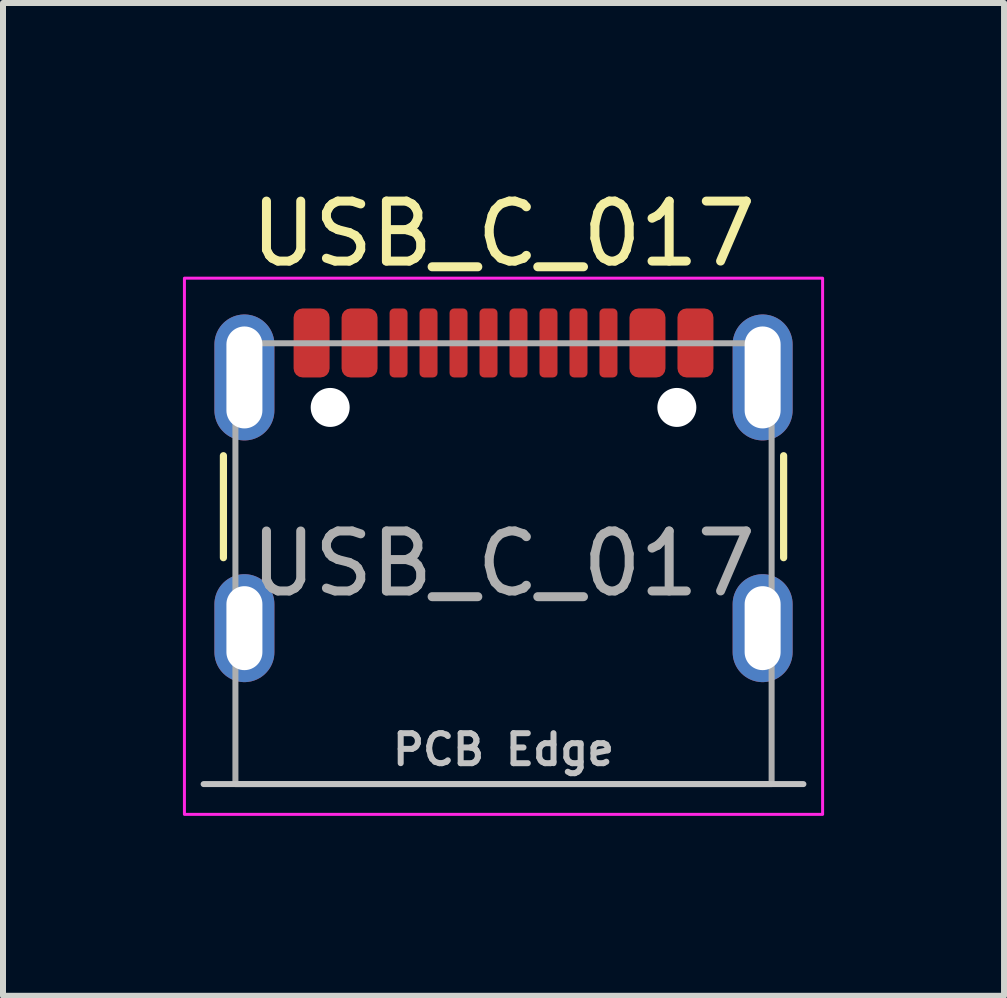
<source format=kicad_pcb>
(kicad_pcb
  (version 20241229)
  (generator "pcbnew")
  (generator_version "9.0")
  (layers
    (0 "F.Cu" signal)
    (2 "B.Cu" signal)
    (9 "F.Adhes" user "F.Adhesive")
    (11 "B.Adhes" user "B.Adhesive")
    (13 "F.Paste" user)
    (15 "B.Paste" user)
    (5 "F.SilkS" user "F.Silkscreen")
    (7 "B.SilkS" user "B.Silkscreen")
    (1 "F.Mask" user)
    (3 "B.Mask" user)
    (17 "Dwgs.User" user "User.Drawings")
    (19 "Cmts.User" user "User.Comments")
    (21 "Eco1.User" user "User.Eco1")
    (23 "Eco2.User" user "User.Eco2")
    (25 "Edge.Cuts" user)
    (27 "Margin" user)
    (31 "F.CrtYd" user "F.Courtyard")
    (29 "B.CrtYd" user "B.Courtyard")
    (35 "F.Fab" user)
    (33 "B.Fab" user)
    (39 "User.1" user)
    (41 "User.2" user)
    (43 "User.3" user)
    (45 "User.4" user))
  (footprint "USB_C_017"
    (layer "F.Cu")
    (at 5.345 6.348)
    (property "Reference" "USB_C_017" (at 0 -5.5 0) (unlocked yes) (layer "F.SilkS") (effects (font (size 1 1) (thickness 0.15))))
    (attr smd)
    (fp_line (start -4.67 -0.1) (end -4.67 -1.8) (stroke (width 0.12) (type solid)) (layer "F.SilkS"))
    (fp_line (start 4.67 -0.1) (end 4.67 -1.8) (stroke (width 0.12) (type solid)) (layer "F.SilkS"))
    (fp_line (start 5 3.675) (end -5 3.675) (stroke (width 0.1) (type solid)) (layer "Dwgs.User"))
    (fp_rect (start -5.32 -4.76) (end 5.32 4.18) (stroke (width 0.05) (type solid)) (fill no) (layer "F.CrtYd"))
    (fp_rect (start -4.47 -3.675) (end 4.47 3.675) (stroke (width 0.1) (type solid)) (fill no) (layer "F.Fab"))
    (fp_text user "PCB Edge" (at 0 3.1 0) (unlocked yes) (layer "Dwgs.User") (effects (font (size 0.5 0.5) (thickness 0.1))))
    (fp_text user "${REFERENCE}" (at 0 0 0) (unlocked yes) (layer "F.Fab") (effects (font (size 1 1) (thickness 0.15))))
    (pad "" np_thru_hole circle (at -2.89 -2.605) (size 0.65 0.65) (drill 0.65) (layers "*.Cu" "*.Mask"))
    (pad "" np_thru_hole circle (at 2.89 -2.605) (size 0.65 0.65) (drill 0.65) (layers "*.Cu" "*.Mask"))
    (pad "A1B12" smd roundrect (at -3.2 -3.68) (size 0.6 1.15) (layers "F.Cu" "F.Mask" "F.Paste") (roundrect_rratio 0.25))
    (pad "A4B9" smd roundrect (at -2.4 -3.68) (size 0.6 1.15) (layers "F.Cu" "F.Mask" "F.Paste") (roundrect_rratio 0.25))
    (pad "A5" smd roundrect (at -1.25 -3.68) (size 0.3 1.15) (layers "F.Cu" "F.Mask" "F.Paste") (roundrect_rratio 0.25))
    (pad "A6" smd roundrect (at -0.25 -3.68) (size 0.3 1.15) (layers "F.Cu" "F.Mask" "F.Paste") (roundrect_rratio 0.25))
    (pad "A7" smd roundrect (at 0.25 -3.68) (size 0.3 1.15) (layers "F.Cu" "F.Mask" "F.Paste") (roundrect_rratio 0.25))
    (pad "A8" smd roundrect (at 1.25 -3.68) (size 0.3 1.15) (layers "F.Cu" "F.Mask" "F.Paste") (roundrect_rratio 0.25))
    (pad "B1A12" smd roundrect (at 3.2 -3.68) (size 0.6 1.15) (layers "F.Cu" "F.Mask" "F.Paste") (roundrect_rratio 0.25))
    (pad "B4A9" smd roundrect (at 2.4 -3.68) (size 0.6 1.15) (layers "F.Cu" "F.Mask" "F.Paste") (roundrect_rratio 0.25))
    (pad "B5" smd roundrect (at 1.75 -3.68) (size 0.3 1.15) (layers "F.Cu" "F.Mask" "F.Paste") (roundrect_rratio 0.25))
    (pad "B6" smd roundrect (at 0.75 -3.68) (size 0.3 1.15) (layers "F.Cu" "F.Mask" "F.Paste") (roundrect_rratio 0.25))
    (pad "B7" smd roundrect (at -0.75 -3.68) (size 0.3 1.15) (layers "F.Cu" "F.Mask" "F.Paste") (roundrect_rratio 0.25))
    (pad "B8" smd roundrect (at -1.75 -3.68) (size 0.3 1.15) (layers "F.Cu" "F.Mask" "F.Paste") (roundrect_rratio 0.25))
    (pad "M1" thru_hole oval (at -4.32 -3.105) (size 1 2.1) (drill oval 0.6 1.7) (property pad_prop_heatsink) (layers "*.Cu" "*.Mask" "F.Paste"))
    (pad "M2" thru_hole oval (at -4.32 1.075) (size 1 1.8) (drill oval 0.6 1.4) (property pad_prop_heatsink) (layers "*.Cu" "*.Mask" "F.Paste"))
    (pad "M3" thru_hole oval (at 4.32 1.075) (size 1 1.8) (drill oval 0.6 1.4) (property pad_prop_heatsink) (layers "*.Cu" "*.Mask" "F.Paste"))
    (pad "M4" thru_hole oval (at 4.32 -3.105) (size 1 2.1) (drill oval 0.6 1.7) (property pad_prop_heatsink) (layers "*.Cu" "*.Mask" "F.Paste")))
  (gr_rect
    (start -3 -3)
    (end 13.69 13.553)
    (stroke (width 0.1) (type default))
    (fill no)
    (layer "Edge.Cuts")))
</source>
